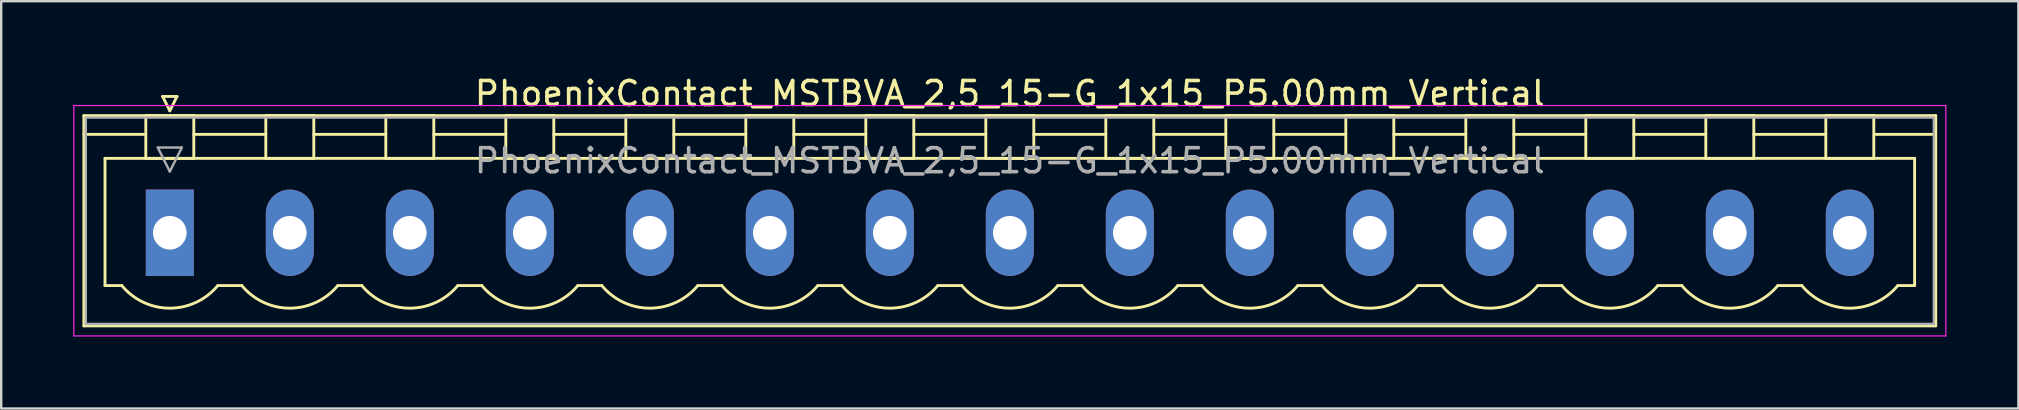
<source format=kicad_pcb>
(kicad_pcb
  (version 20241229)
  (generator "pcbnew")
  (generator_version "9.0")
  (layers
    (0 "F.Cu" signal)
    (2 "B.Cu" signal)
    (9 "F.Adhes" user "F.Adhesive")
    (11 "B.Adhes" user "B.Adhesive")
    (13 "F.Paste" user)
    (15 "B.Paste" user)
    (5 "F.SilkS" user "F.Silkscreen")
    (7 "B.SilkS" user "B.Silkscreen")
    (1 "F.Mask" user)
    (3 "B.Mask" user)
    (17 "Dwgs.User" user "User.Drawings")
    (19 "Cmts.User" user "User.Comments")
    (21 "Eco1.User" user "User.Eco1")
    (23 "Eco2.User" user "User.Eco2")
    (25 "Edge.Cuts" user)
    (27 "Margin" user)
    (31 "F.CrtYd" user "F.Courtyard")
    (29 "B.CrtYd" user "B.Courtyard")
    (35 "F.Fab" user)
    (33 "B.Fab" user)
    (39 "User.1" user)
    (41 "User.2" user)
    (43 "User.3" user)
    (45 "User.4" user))
  (footprint "PhoenixContact_MSTBVA_2,5_15-G_1x15_P5.00mm_Vertical"
    (layer "F.Cu")
    (at 4.025 6.648)
    (property "Reference" "PhoenixContact_MSTBVA_2,5_15-G_1x15_P5.00mm_Vertical" (at 35 -5.8 0) (layer "F.SilkS") (effects (font (size 1 1) (thickness 0.15))))
    (attr through_hole)
    (fp_line (start -3.58 -4.88) (end -3.58 3.88) (stroke (width 0.12) (type solid)) (layer "F.SilkS"))
    (fp_line (start -3.58 -4.1) (end -1.08 -4.1) (stroke (width 0.12) (type solid)) (layer "F.SilkS"))
    (fp_line (start -3.58 3.88) (end 73.58 3.88) (stroke (width 0.12) (type solid)) (layer "F.SilkS"))
    (fp_line (start -2.7 -3.1) (end 72.7 -3.1) (stroke (width 0.12) (type solid)) (layer "F.SilkS"))
    (fp_line (start -2.7 2.2) (end -2.7 -3.1) (stroke (width 0.12) (type solid)) (layer "F.SilkS"))
    (fp_line (start -2 2.2) (end -2.7 2.2) (stroke (width 0.12) (type solid)) (layer "F.SilkS"))
    (fp_line (start -1 -4.88) (end 1 -4.88) (stroke (width 0.12) (type solid)) (layer "F.SilkS"))
    (fp_line (start -1 -3.1) (end -1 -4.88) (stroke (width 0.12) (type solid)) (layer "F.SilkS"))
    (fp_line (start -0.3 -5.68) (end 0.3 -5.68) (stroke (width 0.12) (type solid)) (layer "F.SilkS"))
    (fp_line (start 0 -5.08) (end -0.3 -5.68) (stroke (width 0.12) (type solid)) (layer "F.SilkS"))
    (fp_line (start 0.3 -5.68) (end 0 -5.08) (stroke (width 0.12) (type solid)) (layer "F.SilkS"))
    (fp_line (start 1 -4.88) (end 1 -3.1) (stroke (width 0.12) (type solid)) (layer "F.SilkS"))
    (fp_line (start 1 -4.1) (end 4 -4.1) (stroke (width 0.12) (type solid)) (layer "F.SilkS"))
    (fp_line (start 1 -3.1) (end -1 -3.1) (stroke (width 0.12) (type solid)) (layer "F.SilkS"))
    (fp_line (start 2 2.2) (end 3 2.2) (stroke (width 0.12) (type solid)) (layer "F.SilkS"))
    (fp_line (start 4 -4.88) (end 6 -4.88) (stroke (width 0.12) (type solid)) (layer "F.SilkS"))
    (fp_line (start 4 -3.1) (end 4 -4.88) (stroke (width 0.12) (type solid)) (layer "F.SilkS"))
    (fp_line (start 6 -4.88) (end 6 -3.1) (stroke (width 0.12) (type solid)) (layer "F.SilkS"))
    (fp_line (start 6 -4.1) (end 9 -4.1) (stroke (width 0.12) (type solid)) (layer "F.SilkS"))
    (fp_line (start 6 -3.1) (end 4 -3.1) (stroke (width 0.12) (type solid)) (layer "F.SilkS"))
    (fp_line (start 7 2.2) (end 8 2.2) (stroke (width 0.12) (type solid)) (layer "F.SilkS"))
    (fp_line (start 9 -4.88) (end 11 -4.88) (stroke (width 0.12) (type solid)) (layer "F.SilkS"))
    (fp_line (start 9 -3.1) (end 9 -4.88) (stroke (width 0.12) (type solid)) (layer "F.SilkS"))
    (fp_line (start 11 -4.88) (end 11 -3.1) (stroke (width 0.12) (type solid)) (layer "F.SilkS"))
    (fp_line (start 11 -4.1) (end 14 -4.1) (stroke (width 0.12) (type solid)) (layer "F.SilkS"))
    (fp_line (start 11 -3.1) (end 9 -3.1) (stroke (width 0.12) (type solid)) (layer "F.SilkS"))
    (fp_line (start 12 2.2) (end 13 2.2) (stroke (width 0.12) (type solid)) (layer "F.SilkS"))
    (fp_line (start 14 -4.88) (end 16 -4.88) (stroke (width 0.12) (type solid)) (layer "F.SilkS"))
    (fp_line (start 14 -3.1) (end 14 -4.88) (stroke (width 0.12) (type solid)) (layer "F.SilkS"))
    (fp_line (start 16 -4.88) (end 16 -3.1) (stroke (width 0.12) (type solid)) (layer "F.SilkS"))
    (fp_line (start 16 -4.1) (end 19 -4.1) (stroke (width 0.12) (type solid)) (layer "F.SilkS"))
    (fp_line (start 16 -3.1) (end 14 -3.1) (stroke (width 0.12) (type solid)) (layer "F.SilkS"))
    (fp_line (start 17 2.2) (end 18 2.2) (stroke (width 0.12) (type solid)) (layer "F.SilkS"))
    (fp_line (start 19 -4.88) (end 21 -4.88) (stroke (width 0.12) (type solid)) (layer "F.SilkS"))
    (fp_line (start 19 -3.1) (end 19 -4.88) (stroke (width 0.12) (type solid)) (layer "F.SilkS"))
    (fp_line (start 21 -4.88) (end 21 -3.1) (stroke (width 0.12) (type solid)) (layer "F.SilkS"))
    (fp_line (start 21 -4.1) (end 24 -4.1) (stroke (width 0.12) (type solid)) (layer "F.SilkS"))
    (fp_line (start 21 -3.1) (end 19 -3.1) (stroke (width 0.12) (type solid)) (layer "F.SilkS"))
    (fp_line (start 22 2.2) (end 23 2.2) (stroke (width 0.12) (type solid)) (layer "F.SilkS"))
    (fp_line (start 24 -4.88) (end 26 -4.88) (stroke (width 0.12) (type solid)) (layer "F.SilkS"))
    (fp_line (start 24 -3.1) (end 24 -4.88) (stroke (width 0.12) (type solid)) (layer "F.SilkS"))
    (fp_line (start 26 -4.88) (end 26 -3.1) (stroke (width 0.12) (type solid)) (layer "F.SilkS"))
    (fp_line (start 26 -4.1) (end 29 -4.1) (stroke (width 0.12) (type solid)) (layer "F.SilkS"))
    (fp_line (start 26 -3.1) (end 24 -3.1) (stroke (width 0.12) (type solid)) (layer "F.SilkS"))
    (fp_line (start 27 2.2) (end 28 2.2) (stroke (width 0.12) (type solid)) (layer "F.SilkS"))
    (fp_line (start 29 -4.88) (end 31 -4.88) (stroke (width 0.12) (type solid)) (layer "F.SilkS"))
    (fp_line (start 29 -3.1) (end 29 -4.88) (stroke (width 0.12) (type solid)) (layer "F.SilkS"))
    (fp_line (start 31 -4.88) (end 31 -3.1) (stroke (width 0.12) (type solid)) (layer "F.SilkS"))
    (fp_line (start 31 -4.1) (end 34 -4.1) (stroke (width 0.12) (type solid)) (layer "F.SilkS"))
    (fp_line (start 31 -3.1) (end 29 -3.1) (stroke (width 0.12) (type solid)) (layer "F.SilkS"))
    (fp_line (start 32 2.2) (end 33 2.2) (stroke (width 0.12) (type solid)) (layer "F.SilkS"))
    (fp_line (start 34 -4.88) (end 36 -4.88) (stroke (width 0.12) (type solid)) (layer "F.SilkS"))
    (fp_line (start 34 -3.1) (end 34 -4.88) (stroke (width 0.12) (type solid)) (layer "F.SilkS"))
    (fp_line (start 36 -4.88) (end 36 -3.1) (stroke (width 0.12) (type solid)) (layer "F.SilkS"))
    (fp_line (start 36 -4.1) (end 39 -4.1) (stroke (width 0.12) (type solid)) (layer "F.SilkS"))
    (fp_line (start 36 -3.1) (end 34 -3.1) (stroke (width 0.12) (type solid)) (layer "F.SilkS"))
    (fp_line (start 37 2.2) (end 38 2.2) (stroke (width 0.12) (type solid)) (layer "F.SilkS"))
    (fp_line (start 39 -4.88) (end 41 -4.88) (stroke (width 0.12) (type solid)) (layer "F.SilkS"))
    (fp_line (start 39 -3.1) (end 39 -4.88) (stroke (width 0.12) (type solid)) (layer "F.SilkS"))
    (fp_line (start 41 -4.88) (end 41 -3.1) (stroke (width 0.12) (type solid)) (layer "F.SilkS"))
    (fp_line (start 41 -4.1) (end 44 -4.1) (stroke (width 0.12) (type solid)) (layer "F.SilkS"))
    (fp_line (start 41 -3.1) (end 39 -3.1) (stroke (width 0.12) (type solid)) (layer "F.SilkS"))
    (fp_line (start 42 2.2) (end 43 2.2) (stroke (width 0.12) (type solid)) (layer "F.SilkS"))
    (fp_line (start 44 -4.88) (end 46 -4.88) (stroke (width 0.12) (type solid)) (layer "F.SilkS"))
    (fp_line (start 44 -3.1) (end 44 -4.88) (stroke (width 0.12) (type solid)) (layer "F.SilkS"))
    (fp_line (start 46 -4.88) (end 46 -3.1) (stroke (width 0.12) (type solid)) (layer "F.SilkS"))
    (fp_line (start 46 -4.1) (end 49 -4.1) (stroke (width 0.12) (type solid)) (layer "F.SilkS"))
    (fp_line (start 46 -3.1) (end 44 -3.1) (stroke (width 0.12) (type solid)) (layer "F.SilkS"))
    (fp_line (start 47 2.2) (end 48 2.2) (stroke (width 0.12) (type solid)) (layer "F.SilkS"))
    (fp_line (start 49 -4.88) (end 51 -4.88) (stroke (width 0.12) (type solid)) (layer "F.SilkS"))
    (fp_line (start 49 -3.1) (end 49 -4.88) (stroke (width 0.12) (type solid)) (layer "F.SilkS"))
    (fp_line (start 51 -4.88) (end 51 -3.1) (stroke (width 0.12) (type solid)) (layer "F.SilkS"))
    (fp_line (start 51 -4.1) (end 54 -4.1) (stroke (width 0.12) (type solid)) (layer "F.SilkS"))
    (fp_line (start 51 -3.1) (end 49 -3.1) (stroke (width 0.12) (type solid)) (layer "F.SilkS"))
    (fp_line (start 52 2.2) (end 53 2.2) (stroke (width 0.12) (type solid)) (layer "F.SilkS"))
    (fp_line (start 54 -4.88) (end 56 -4.88) (stroke (width 0.12) (type solid)) (layer "F.SilkS"))
    (fp_line (start 54 -3.1) (end 54 -4.88) (stroke (width 0.12) (type solid)) (layer "F.SilkS"))
    (fp_line (start 56 -4.88) (end 56 -3.1) (stroke (width 0.12) (type solid)) (layer "F.SilkS"))
    (fp_line (start 56 -4.1) (end 59 -4.1) (stroke (width 0.12) (type solid)) (layer "F.SilkS"))
    (fp_line (start 56 -3.1) (end 54 -3.1) (stroke (width 0.12) (type solid)) (layer "F.SilkS"))
    (fp_line (start 57 2.2) (end 58 2.2) (stroke (width 0.12) (type solid)) (layer "F.SilkS"))
    (fp_line (start 59 -4.88) (end 61 -4.88) (stroke (width 0.12) (type solid)) (layer "F.SilkS"))
    (fp_line (start 59 -3.1) (end 59 -4.88) (stroke (width 0.12) (type solid)) (layer "F.SilkS"))
    (fp_line (start 61 -4.88) (end 61 -3.1) (stroke (width 0.12) (type solid)) (layer "F.SilkS"))
    (fp_line (start 61 -4.1) (end 64 -4.1) (stroke (width 0.12) (type solid)) (layer "F.SilkS"))
    (fp_line (start 61 -3.1) (end 59 -3.1) (stroke (width 0.12) (type solid)) (layer "F.SilkS"))
    (fp_line (start 62 2.2) (end 63 2.2) (stroke (width 0.12) (type solid)) (layer "F.SilkS"))
    (fp_line (start 64 -4.88) (end 66 -4.88) (stroke (width 0.12) (type solid)) (layer "F.SilkS"))
    (fp_line (start 64 -3.1) (end 64 -4.88) (stroke (width 0.12) (type solid)) (layer "F.SilkS"))
    (fp_line (start 66 -4.88) (end 66 -3.1) (stroke (width 0.12) (type solid)) (layer "F.SilkS"))
    (fp_line (start 66 -4.1) (end 69 -4.1) (stroke (width 0.12) (type solid)) (layer "F.SilkS"))
    (fp_line (start 66 -3.1) (end 64 -3.1) (stroke (width 0.12) (type solid)) (layer "F.SilkS"))
    (fp_line (start 67 2.2) (end 68 2.2) (stroke (width 0.12) (type solid)) (layer "F.SilkS"))
    (fp_line (start 69 -4.88) (end 71 -4.88) (stroke (width 0.12) (type solid)) (layer "F.SilkS"))
    (fp_line (start 69 -3.1) (end 69 -4.88) (stroke (width 0.12) (type solid)) (layer "F.SilkS"))
    (fp_line (start 71 -4.88) (end 71 -3.1) (stroke (width 0.12) (type solid)) (layer "F.SilkS"))
    (fp_line (start 71 -3.1) (end 69 -3.1) (stroke (width 0.12) (type solid)) (layer "F.SilkS"))
    (fp_line (start 72.7 -3.1) (end 72.7 2.2) (stroke (width 0.12) (type solid)) (layer "F.SilkS"))
    (fp_line (start 72.7 2.2) (end 72 2.2) (stroke (width 0.12) (type solid)) (layer "F.SilkS"))
    (fp_line (start 73.58 -4.88) (end -3.58 -4.88) (stroke (width 0.12) (type solid)) (layer "F.SilkS"))
    (fp_line (start 73.58 -4.1) (end 71.08 -4.1) (stroke (width 0.12) (type solid)) (layer "F.SilkS"))
    (fp_line (start 73.58 3.88) (end 73.58 -4.88) (stroke (width 0.12) (type solid)) (layer "F.SilkS"))
    (fp_arc (start 1.986842 2.215821) (mid -0.010289 3.142758) (end -2 2.2) (stroke (width 0.12) (type solid)) (layer "F.SilkS"))
    (fp_arc (start 6.986842 2.215821) (mid 4.989711 3.142758) (end 3 2.2) (stroke (width 0.12) (type solid)) (layer "F.SilkS"))
    (fp_arc (start 11.986842 2.215821) (mid 9.989711 3.142758) (end 8 2.2) (stroke (width 0.12) (type solid)) (layer "F.SilkS"))
    (fp_arc (start 16.986842 2.215821) (mid 14.989711 3.142758) (end 13 2.2) (stroke (width 0.12) (type solid)) (layer "F.SilkS"))
    (fp_arc (start 21.986842 2.215821) (mid 19.989711 3.142758) (end 18 2.2) (stroke (width 0.12) (type solid)) (layer "F.SilkS"))
    (fp_arc (start 26.986842 2.215821) (mid 24.989711 3.142758) (end 23 2.2) (stroke (width 0.12) (type solid)) (layer "F.SilkS"))
    (fp_arc (start 31.986842 2.215821) (mid 29.989711 3.142758) (end 28 2.2) (stroke (width 0.12) (type solid)) (layer "F.SilkS"))
    (fp_arc (start 36.986842 2.215821) (mid 34.989711 3.142758) (end 33 2.2) (stroke (width 0.12) (type solid)) (layer "F.SilkS"))
    (fp_arc (start 41.986842 2.215821) (mid 39.989711 3.142758) (end 38 2.2) (stroke (width 0.12) (type solid)) (layer "F.SilkS"))
    (fp_arc (start 46.986842 2.215821) (mid 44.989711 3.142758) (end 43 2.2) (stroke (width 0.12) (type solid)) (layer "F.SilkS"))
    (fp_arc (start 51.986842 2.215821) (mid 49.989711 3.142758) (end 48 2.2) (stroke (width 0.12) (type solid)) (layer "F.SilkS"))
    (fp_arc (start 56.986842 2.215821) (mid 54.989711 3.142758) (end 53 2.2) (stroke (width 0.12) (type solid)) (layer "F.SilkS"))
    (fp_arc (start 61.986842 2.215821) (mid 59.989711 3.142758) (end 58 2.2) (stroke (width 0.12) (type solid)) (layer "F.SilkS"))
    (fp_arc (start 66.986842 2.215821) (mid 64.989711 3.142758) (end 63 2.2) (stroke (width 0.12) (type solid)) (layer "F.SilkS"))
    (fp_arc (start 71.986842 2.215821) (mid 69.989711 3.142758) (end 68 2.2) (stroke (width 0.12) (type solid)) (layer "F.SilkS"))
    (fp_line (start -4 -5.3) (end -4 4.3) (stroke (width 0.05) (type solid)) (layer "F.CrtYd"))
    (fp_line (start -4 4.3) (end 74 4.3) (stroke (width 0.05) (type solid)) (layer "F.CrtYd"))
    (fp_line (start 74 -5.3) (end -4 -5.3) (stroke (width 0.05) (type solid)) (layer "F.CrtYd"))
    (fp_line (start 74 4.3) (end 74 -5.3) (stroke (width 0.05) (type solid)) (layer "F.CrtYd"))
    (fp_line (start -3.5 -4.8) (end -3.5 3.8) (stroke (width 0.1) (type solid)) (layer "F.Fab"))
    (fp_line (start -3.5 3.8) (end 73.5 3.8) (stroke (width 0.1) (type solid)) (layer "F.Fab"))
    (fp_line (start -0.5 -3.55) (end 0.5 -3.55) (stroke (width 0.1) (type solid)) (layer "F.Fab"))
    (fp_line (start 0 -2.55) (end -0.5 -3.55) (stroke (width 0.1) (type solid)) (layer "F.Fab"))
    (fp_line (start 0.5 -3.55) (end 0 -2.55) (stroke (width 0.1) (type solid)) (layer "F.Fab"))
    (fp_line (start 73.5 -4.8) (end -3.5 -4.8) (stroke (width 0.1) (type solid)) (layer "F.Fab"))
    (fp_line (start 73.5 3.8) (end 73.5 -4.8) (stroke (width 0.1) (type solid)) (layer "F.Fab"))
    (fp_text user "${REFERENCE}" (at 35 -3 0) (layer "F.Fab") (effects (font (size 1 1) (thickness 0.15))))
    (pad "1" thru_hole rect (at 0 0) (size 2 3.6) (drill 1.4) (layers "*.Cu" "*.Mask"))
    (pad "2" thru_hole oval (at 5 0) (size 2 3.6) (drill 1.4) (layers "*.Cu" "*.Mask"))
    (pad "3" thru_hole oval (at 10 0) (size 2 3.6) (drill 1.4) (layers "*.Cu" "*.Mask"))
    (pad "4" thru_hole oval (at 15 0) (size 2 3.6) (drill 1.4) (layers "*.Cu" "*.Mask"))
    (pad "5" thru_hole oval (at 20 0) (size 2 3.6) (drill 1.4) (layers "*.Cu" "*.Mask"))
    (pad "6" thru_hole oval (at 25 0) (size 2 3.6) (drill 1.4) (layers "*.Cu" "*.Mask"))
    (pad "7" thru_hole oval (at 30 0) (size 2 3.6) (drill 1.4) (layers "*.Cu" "*.Mask"))
    (pad "8" thru_hole oval (at 35 0) (size 2 3.6) (drill 1.4) (layers "*.Cu" "*.Mask"))
    (pad "9" thru_hole oval (at 40 0) (size 2 3.6) (drill 1.4) (layers "*.Cu" "*.Mask"))
    (pad "10" thru_hole oval (at 45 0) (size 2 3.6) (drill 1.4) (layers "*.Cu" "*.Mask"))
    (pad "11" thru_hole oval (at 50 0) (size 2 3.6) (drill 1.4) (layers "*.Cu" "*.Mask"))
    (pad "12" thru_hole oval (at 55 0) (size 2 3.6) (drill 1.4) (layers "*.Cu" "*.Mask"))
    (pad "13" thru_hole oval (at 60 0) (size 2 3.6) (drill 1.4) (layers "*.Cu" "*.Mask"))
    (pad "14" thru_hole oval (at 65 0) (size 2 3.6) (drill 1.4) (layers "*.Cu" "*.Mask"))
    (pad "15" thru_hole oval (at 70 0) (size 2 3.6) (drill 1.4) (layers "*.Cu" "*.Mask")))
  (gr_rect
    (start -3 -3)
    (end 81.05 13.973)
    (stroke (width 0.1) (type default))
    (fill no)
    (layer "Edge.Cuts")))
</source>
